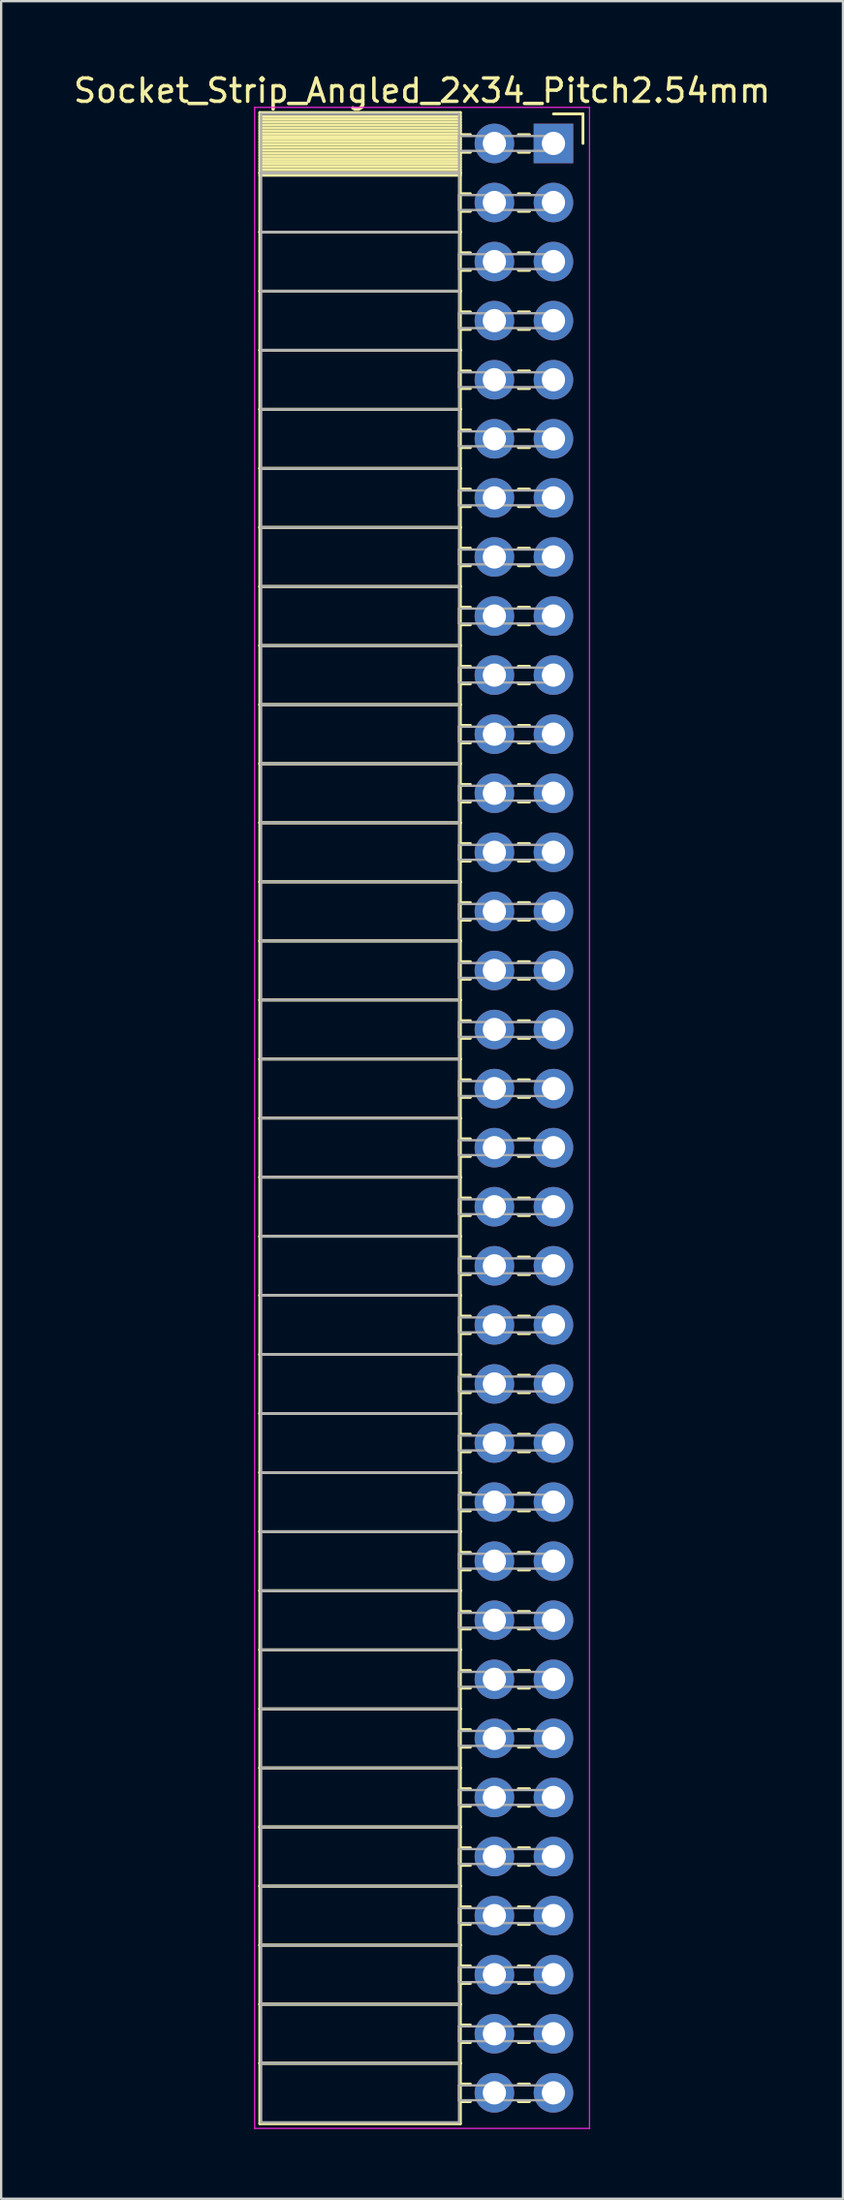
<source format=kicad_pcb>
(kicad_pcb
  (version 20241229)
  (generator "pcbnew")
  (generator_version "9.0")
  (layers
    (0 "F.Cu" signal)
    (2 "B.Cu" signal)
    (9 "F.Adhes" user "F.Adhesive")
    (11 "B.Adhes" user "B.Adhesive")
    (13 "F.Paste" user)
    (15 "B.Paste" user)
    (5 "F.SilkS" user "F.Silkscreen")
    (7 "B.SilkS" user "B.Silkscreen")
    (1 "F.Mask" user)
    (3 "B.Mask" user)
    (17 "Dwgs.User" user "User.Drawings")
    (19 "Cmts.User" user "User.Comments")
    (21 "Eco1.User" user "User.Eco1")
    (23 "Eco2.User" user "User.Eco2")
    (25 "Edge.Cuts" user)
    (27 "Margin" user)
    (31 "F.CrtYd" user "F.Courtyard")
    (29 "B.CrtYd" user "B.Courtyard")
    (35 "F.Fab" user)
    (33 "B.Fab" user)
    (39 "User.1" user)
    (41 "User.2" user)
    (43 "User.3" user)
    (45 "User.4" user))
  (footprint "Socket_Strip_Angled_2x34_Pitch2.54mm"
    (layer "F.Cu")
    (at 20.751 3.118)
    (property "Reference" "Socket_Strip_Angled_2x34_Pitch2.54mm" (at -5.65 -2.27 0) (layer "F.SilkS") (effects (font (size 1 1) (thickness 0.15))))
    (attr through_hole)
    (fp_line (start -12.63 -1.33) (end -4 -1.33) (stroke (width 0.12) (type solid)) (layer "F.SilkS"))
    (fp_line (start -12.63 1.27) (end -12.63 -1.33) (stroke (width 0.12) (type solid)) (layer "F.SilkS"))
    (fp_line (start -12.63 1.27) (end -4 1.27) (stroke (width 0.12) (type solid)) (layer "F.SilkS"))
    (fp_line (start -12.63 3.81) (end -12.63 1.27) (stroke (width 0.12) (type solid)) (layer "F.SilkS"))
    (fp_line (start -12.63 3.81) (end -4 3.81) (stroke (width 0.12) (type solid)) (layer "F.SilkS"))
    (fp_line (start -12.63 6.35) (end -12.63 3.81) (stroke (width 0.12) (type solid)) (layer "F.SilkS"))
    (fp_line (start -12.63 6.35) (end -4 6.35) (stroke (width 0.12) (type solid)) (layer "F.SilkS"))
    (fp_line (start -12.63 8.89) (end -12.63 6.35) (stroke (width 0.12) (type solid)) (layer "F.SilkS"))
    (fp_line (start -12.63 8.89) (end -4 8.89) (stroke (width 0.12) (type solid)) (layer "F.SilkS"))
    (fp_line (start -12.63 11.43) (end -12.63 8.89) (stroke (width 0.12) (type solid)) (layer "F.SilkS"))
    (fp_line (start -12.63 11.43) (end -4 11.43) (stroke (width 0.12) (type solid)) (layer "F.SilkS"))
    (fp_line (start -12.63 13.97) (end -12.63 11.43) (stroke (width 0.12) (type solid)) (layer "F.SilkS"))
    (fp_line (start -12.63 13.97) (end -4 13.97) (stroke (width 0.12) (type solid)) (layer "F.SilkS"))
    (fp_line (start -12.63 16.51) (end -12.63 13.97) (stroke (width 0.12) (type solid)) (layer "F.SilkS"))
    (fp_line (start -12.63 16.51) (end -4 16.51) (stroke (width 0.12) (type solid)) (layer "F.SilkS"))
    (fp_line (start -12.63 19.05) (end -12.63 16.51) (stroke (width 0.12) (type solid)) (layer "F.SilkS"))
    (fp_line (start -12.63 19.05) (end -4 19.05) (stroke (width 0.12) (type solid)) (layer "F.SilkS"))
    (fp_line (start -12.63 21.59) (end -12.63 19.05) (stroke (width 0.12) (type solid)) (layer "F.SilkS"))
    (fp_line (start -12.63 21.59) (end -4 21.59) (stroke (width 0.12) (type solid)) (layer "F.SilkS"))
    (fp_line (start -12.63 24.13) (end -12.63 21.59) (stroke (width 0.12) (type solid)) (layer "F.SilkS"))
    (fp_line (start -12.63 24.13) (end -4 24.13) (stroke (width 0.12) (type solid)) (layer "F.SilkS"))
    (fp_line (start -12.63 26.67) (end -12.63 24.13) (stroke (width 0.12) (type solid)) (layer "F.SilkS"))
    (fp_line (start -12.63 26.67) (end -4 26.67) (stroke (width 0.12) (type solid)) (layer "F.SilkS"))
    (fp_line (start -12.63 29.21) (end -12.63 26.67) (stroke (width 0.12) (type solid)) (layer "F.SilkS"))
    (fp_line (start -12.63 29.21) (end -4 29.21) (stroke (width 0.12) (type solid)) (layer "F.SilkS"))
    (fp_line (start -12.63 31.75) (end -12.63 29.21) (stroke (width 0.12) (type solid)) (layer "F.SilkS"))
    (fp_line (start -12.63 31.75) (end -4 31.75) (stroke (width 0.12) (type solid)) (layer "F.SilkS"))
    (fp_line (start -12.63 34.29) (end -12.63 31.75) (stroke (width 0.12) (type solid)) (layer "F.SilkS"))
    (fp_line (start -12.63 34.29) (end -4 34.29) (stroke (width 0.12) (type solid)) (layer "F.SilkS"))
    (fp_line (start -12.63 36.83) (end -12.63 34.29) (stroke (width 0.12) (type solid)) (layer "F.SilkS"))
    (fp_line (start -12.63 36.83) (end -4 36.83) (stroke (width 0.12) (type solid)) (layer "F.SilkS"))
    (fp_line (start -12.63 39.37) (end -12.63 36.83) (stroke (width 0.12) (type solid)) (layer "F.SilkS"))
    (fp_line (start -12.63 39.37) (end -4 39.37) (stroke (width 0.12) (type solid)) (layer "F.SilkS"))
    (fp_line (start -12.63 41.91) (end -12.63 39.37) (stroke (width 0.12) (type solid)) (layer "F.SilkS"))
    (fp_line (start -12.63 41.91) (end -4 41.91) (stroke (width 0.12) (type solid)) (layer "F.SilkS"))
    (fp_line (start -12.63 44.45) (end -12.63 41.91) (stroke (width 0.12) (type solid)) (layer "F.SilkS"))
    (fp_line (start -12.63 44.45) (end -4 44.45) (stroke (width 0.12) (type solid)) (layer "F.SilkS"))
    (fp_line (start -12.63 46.99) (end -12.63 44.45) (stroke (width 0.12) (type solid)) (layer "F.SilkS"))
    (fp_line (start -12.63 46.99) (end -4 46.99) (stroke (width 0.12) (type solid)) (layer "F.SilkS"))
    (fp_line (start -12.63 49.53) (end -12.63 46.99) (stroke (width 0.12) (type solid)) (layer "F.SilkS"))
    (fp_line (start -12.63 49.53) (end -4 49.53) (stroke (width 0.12) (type solid)) (layer "F.SilkS"))
    (fp_line (start -12.63 52.07) (end -12.63 49.53) (stroke (width 0.12) (type solid)) (layer "F.SilkS"))
    (fp_line (start -12.63 52.07) (end -4 52.07) (stroke (width 0.12) (type solid)) (layer "F.SilkS"))
    (fp_line (start -12.63 54.61) (end -12.63 52.07) (stroke (width 0.12) (type solid)) (layer "F.SilkS"))
    (fp_line (start -12.63 54.61) (end -4 54.61) (stroke (width 0.12) (type solid)) (layer "F.SilkS"))
    (fp_line (start -12.63 57.15) (end -12.63 54.61) (stroke (width 0.12) (type solid)) (layer "F.SilkS"))
    (fp_line (start -12.63 57.15) (end -4 57.15) (stroke (width 0.12) (type solid)) (layer "F.SilkS"))
    (fp_line (start -12.63 59.69) (end -12.63 57.15) (stroke (width 0.12) (type solid)) (layer "F.SilkS"))
    (fp_line (start -12.63 59.69) (end -4 59.69) (stroke (width 0.12) (type solid)) (layer "F.SilkS"))
    (fp_line (start -12.63 62.23) (end -12.63 59.69) (stroke (width 0.12) (type solid)) (layer "F.SilkS"))
    (fp_line (start -12.63 62.23) (end -4 62.23) (stroke (width 0.12) (type solid)) (layer "F.SilkS"))
    (fp_line (start -12.63 64.77) (end -12.63 62.23) (stroke (width 0.12) (type solid)) (layer "F.SilkS"))
    (fp_line (start -12.63 64.77) (end -4 64.77) (stroke (width 0.12) (type solid)) (layer "F.SilkS"))
    (fp_line (start -12.63 67.31) (end -12.63 64.77) (stroke (width 0.12) (type solid)) (layer "F.SilkS"))
    (fp_line (start -12.63 67.31) (end -4 67.31) (stroke (width 0.12) (type solid)) (layer "F.SilkS"))
    (fp_line (start -12.63 69.85) (end -12.63 67.31) (stroke (width 0.12) (type solid)) (layer "F.SilkS"))
    (fp_line (start -12.63 69.85) (end -4 69.85) (stroke (width 0.12) (type solid)) (layer "F.SilkS"))
    (fp_line (start -12.63 72.39) (end -12.63 69.85) (stroke (width 0.12) (type solid)) (layer "F.SilkS"))
    (fp_line (start -12.63 72.39) (end -4 72.39) (stroke (width 0.12) (type solid)) (layer "F.SilkS"))
    (fp_line (start -12.63 74.93) (end -12.63 72.39) (stroke (width 0.12) (type solid)) (layer "F.SilkS"))
    (fp_line (start -12.63 74.93) (end -4 74.93) (stroke (width 0.12) (type solid)) (layer "F.SilkS"))
    (fp_line (start -12.63 77.47) (end -12.63 74.93) (stroke (width 0.12) (type solid)) (layer "F.SilkS"))
    (fp_line (start -12.63 77.47) (end -4 77.47) (stroke (width 0.12) (type solid)) (layer "F.SilkS"))
    (fp_line (start -12.63 80.01) (end -12.63 77.47) (stroke (width 0.12) (type solid)) (layer "F.SilkS"))
    (fp_line (start -12.63 80.01) (end -4 80.01) (stroke (width 0.12) (type solid)) (layer "F.SilkS"))
    (fp_line (start -12.63 82.55) (end -12.63 80.01) (stroke (width 0.12) (type solid)) (layer "F.SilkS"))
    (fp_line (start -12.63 82.55) (end -4 82.55) (stroke (width 0.12) (type solid)) (layer "F.SilkS"))
    (fp_line (start -12.63 85.15) (end -12.63 82.55) (stroke (width 0.12) (type solid)) (layer "F.SilkS"))
    (fp_line (start -4 -1.33) (end -4 1.27) (stroke (width 0.12) (type solid)) (layer "F.SilkS"))
    (fp_line (start -4 -1.15) (end -12.63 -1.15) (stroke (width 0.12) (type solid)) (layer "F.SilkS"))
    (fp_line (start -4 -1.03) (end -12.63 -1.03) (stroke (width 0.12) (type solid)) (layer "F.SilkS"))
    (fp_line (start -4 -0.91) (end -12.63 -0.91) (stroke (width 0.12) (type solid)) (layer "F.SilkS"))
    (fp_line (start -4 -0.79) (end -12.63 -0.79) (stroke (width 0.12) (type solid)) (layer "F.SilkS"))
    (fp_line (start -4 -0.67) (end -12.63 -0.67) (stroke (width 0.12) (type solid)) (layer "F.SilkS"))
    (fp_line (start -4 -0.55) (end -12.63 -0.55) (stroke (width 0.12) (type solid)) (layer "F.SilkS"))
    (fp_line (start -4 -0.43) (end -12.63 -0.43) (stroke (width 0.12) (type solid)) (layer "F.SilkS"))
    (fp_line (start -4 -0.31) (end -12.63 -0.31) (stroke (width 0.12) (type solid)) (layer "F.SilkS"))
    (fp_line (start -4 -0.19) (end -12.63 -0.19) (stroke (width 0.12) (type solid)) (layer "F.SilkS"))
    (fp_line (start -4 -0.07) (end -12.63 -0.07) (stroke (width 0.12) (type solid)) (layer "F.SilkS"))
    (fp_line (start -4 0.05) (end -12.63 0.05) (stroke (width 0.12) (type solid)) (layer "F.SilkS"))
    (fp_line (start -4 0.17) (end -12.63 0.17) (stroke (width 0.12) (type solid)) (layer "F.SilkS"))
    (fp_line (start -4 0.29) (end -12.63 0.29) (stroke (width 0.12) (type solid)) (layer "F.SilkS"))
    (fp_line (start -4 0.41) (end -12.63 0.41) (stroke (width 0.12) (type solid)) (layer "F.SilkS"))
    (fp_line (start -4 0.53) (end -12.63 0.53) (stroke (width 0.12) (type solid)) (layer "F.SilkS"))
    (fp_line (start -4 0.65) (end -12.63 0.65) (stroke (width 0.12) (type solid)) (layer "F.SilkS"))
    (fp_line (start -4 0.77) (end -12.63 0.77) (stroke (width 0.12) (type solid)) (layer "F.SilkS"))
    (fp_line (start -4 0.89) (end -12.63 0.89) (stroke (width 0.12) (type solid)) (layer "F.SilkS"))
    (fp_line (start -4 1.01) (end -12.63 1.01) (stroke (width 0.12) (type solid)) (layer "F.SilkS"))
    (fp_line (start -4 1.13) (end -12.63 1.13) (stroke (width 0.12) (type solid)) (layer "F.SilkS"))
    (fp_line (start -4 1.25) (end -12.63 1.25) (stroke (width 0.12) (type solid)) (layer "F.SilkS"))
    (fp_line (start -4 1.27) (end -12.63 1.27) (stroke (width 0.12) (type solid)) (layer "F.SilkS"))
    (fp_line (start -4 1.27) (end -4 3.81) (stroke (width 0.12) (type solid)) (layer "F.SilkS"))
    (fp_line (start -4 1.37) (end -12.63 1.37) (stroke (width 0.12) (type solid)) (layer "F.SilkS"))
    (fp_line (start -4 3.81) (end -12.63 3.81) (stroke (width 0.12) (type solid)) (layer "F.SilkS"))
    (fp_line (start -4 3.81) (end -4 6.35) (stroke (width 0.12) (type solid)) (layer "F.SilkS"))
    (fp_line (start -4 6.35) (end -12.63 6.35) (stroke (width 0.12) (type solid)) (layer "F.SilkS"))
    (fp_line (start -4 6.35) (end -4 8.89) (stroke (width 0.12) (type solid)) (layer "F.SilkS"))
    (fp_line (start -4 8.89) (end -12.63 8.89) (stroke (width 0.12) (type solid)) (layer "F.SilkS"))
    (fp_line (start -4 8.89) (end -4 11.43) (stroke (width 0.12) (type solid)) (layer "F.SilkS"))
    (fp_line (start -4 11.43) (end -12.63 11.43) (stroke (width 0.12) (type solid)) (layer "F.SilkS"))
    (fp_line (start -4 11.43) (end -4 13.97) (stroke (width 0.12) (type solid)) (layer "F.SilkS"))
    (fp_line (start -4 13.97) (end -12.63 13.97) (stroke (width 0.12) (type solid)) (layer "F.SilkS"))
    (fp_line (start -4 13.97) (end -4 16.51) (stroke (width 0.12) (type solid)) (layer "F.SilkS"))
    (fp_line (start -4 16.51) (end -12.63 16.51) (stroke (width 0.12) (type solid)) (layer "F.SilkS"))
    (fp_line (start -4 16.51) (end -4 19.05) (stroke (width 0.12) (type solid)) (layer "F.SilkS"))
    (fp_line (start -4 19.05) (end -12.63 19.05) (stroke (width 0.12) (type solid)) (layer "F.SilkS"))
    (fp_line (start -4 19.05) (end -4 21.59) (stroke (width 0.12) (type solid)) (layer "F.SilkS"))
    (fp_line (start -4 21.59) (end -12.63 21.59) (stroke (width 0.12) (type solid)) (layer "F.SilkS"))
    (fp_line (start -4 21.59) (end -4 24.13) (stroke (width 0.12) (type solid)) (layer "F.SilkS"))
    (fp_line (start -4 24.13) (end -12.63 24.13) (stroke (width 0.12) (type solid)) (layer "F.SilkS"))
    (fp_line (start -4 24.13) (end -4 26.67) (stroke (width 0.12) (type solid)) (layer "F.SilkS"))
    (fp_line (start -4 26.67) (end -12.63 26.67) (stroke (width 0.12) (type solid)) (layer "F.SilkS"))
    (fp_line (start -4 26.67) (end -4 29.21) (stroke (width 0.12) (type solid)) (layer "F.SilkS"))
    (fp_line (start -4 29.21) (end -12.63 29.21) (stroke (width 0.12) (type solid)) (layer "F.SilkS"))
    (fp_line (start -4 29.21) (end -4 31.75) (stroke (width 0.12) (type solid)) (layer "F.SilkS"))
    (fp_line (start -4 31.75) (end -12.63 31.75) (stroke (width 0.12) (type solid)) (layer "F.SilkS"))
    (fp_line (start -4 31.75) (end -4 34.29) (stroke (width 0.12) (type solid)) (layer "F.SilkS"))
    (fp_line (start -4 34.29) (end -12.63 34.29) (stroke (width 0.12) (type solid)) (layer "F.SilkS"))
    (fp_line (start -4 34.29) (end -4 36.83) (stroke (width 0.12) (type solid)) (layer "F.SilkS"))
    (fp_line (start -4 36.83) (end -12.63 36.83) (stroke (width 0.12) (type solid)) (layer "F.SilkS"))
    (fp_line (start -4 36.83) (end -4 39.37) (stroke (width 0.12) (type solid)) (layer "F.SilkS"))
    (fp_line (start -4 39.37) (end -12.63 39.37) (stroke (width 0.12) (type solid)) (layer "F.SilkS"))
    (fp_line (start -4 39.37) (end -4 41.91) (stroke (width 0.12) (type solid)) (layer "F.SilkS"))
    (fp_line (start -4 41.91) (end -12.63 41.91) (stroke (width 0.12) (type solid)) (layer "F.SilkS"))
    (fp_line (start -4 41.91) (end -4 44.45) (stroke (width 0.12) (type solid)) (layer "F.SilkS"))
    (fp_line (start -4 44.45) (end -12.63 44.45) (stroke (width 0.12) (type solid)) (layer "F.SilkS"))
    (fp_line (start -4 44.45) (end -4 46.99) (stroke (width 0.12) (type solid)) (layer "F.SilkS"))
    (fp_line (start -4 46.99) (end -12.63 46.99) (stroke (width 0.12) (type solid)) (layer "F.SilkS"))
    (fp_line (start -4 46.99) (end -4 49.53) (stroke (width 0.12) (type solid)) (layer "F.SilkS"))
    (fp_line (start -4 49.53) (end -12.63 49.53) (stroke (width 0.12) (type solid)) (layer "F.SilkS"))
    (fp_line (start -4 49.53) (end -4 52.07) (stroke (width 0.12) (type solid)) (layer "F.SilkS"))
    (fp_line (start -4 52.07) (end -12.63 52.07) (stroke (width 0.12) (type solid)) (layer "F.SilkS"))
    (fp_line (start -4 52.07) (end -4 54.61) (stroke (width 0.12) (type solid)) (layer "F.SilkS"))
    (fp_line (start -4 54.61) (end -12.63 54.61) (stroke (width 0.12) (type solid)) (layer "F.SilkS"))
    (fp_line (start -4 54.61) (end -4 57.15) (stroke (width 0.12) (type solid)) (layer "F.SilkS"))
    (fp_line (start -4 57.15) (end -12.63 57.15) (stroke (width 0.12) (type solid)) (layer "F.SilkS"))
    (fp_line (start -4 57.15) (end -4 59.69) (stroke (width 0.12) (type solid)) (layer "F.SilkS"))
    (fp_line (start -4 59.69) (end -12.63 59.69) (stroke (width 0.12) (type solid)) (layer "F.SilkS"))
    (fp_line (start -4 59.69) (end -4 62.23) (stroke (width 0.12) (type solid)) (layer "F.SilkS"))
    (fp_line (start -4 62.23) (end -12.63 62.23) (stroke (width 0.12) (type solid)) (layer "F.SilkS"))
    (fp_line (start -4 62.23) (end -4 64.77) (stroke (width 0.12) (type solid)) (layer "F.SilkS"))
    (fp_line (start -4 64.77) (end -12.63 64.77) (stroke (width 0.12) (type solid)) (layer "F.SilkS"))
    (fp_line (start -4 64.77) (end -4 67.31) (stroke (width 0.12) (type solid)) (layer "F.SilkS"))
    (fp_line (start -4 67.31) (end -12.63 67.31) (stroke (width 0.12) (type solid)) (layer "F.SilkS"))
    (fp_line (start -4 67.31) (end -4 69.85) (stroke (width 0.12) (type solid)) (layer "F.SilkS"))
    (fp_line (start -4 69.85) (end -12.63 69.85) (stroke (width 0.12) (type solid)) (layer "F.SilkS"))
    (fp_line (start -4 69.85) (end -4 72.39) (stroke (width 0.12) (type solid)) (layer "F.SilkS"))
    (fp_line (start -4 72.39) (end -12.63 72.39) (stroke (width 0.12) (type solid)) (layer "F.SilkS"))
    (fp_line (start -4 72.39) (end -4 74.93) (stroke (width 0.12) (type solid)) (layer "F.SilkS"))
    (fp_line (start -4 74.93) (end -12.63 74.93) (stroke (width 0.12) (type solid)) (layer "F.SilkS"))
    (fp_line (start -4 74.93) (end -4 77.47) (stroke (width 0.12) (type solid)) (layer "F.SilkS"))
    (fp_line (start -4 77.47) (end -12.63 77.47) (stroke (width 0.12) (type solid)) (layer "F.SilkS"))
    (fp_line (start -4 77.47) (end -4 80.01) (stroke (width 0.12) (type solid)) (layer "F.SilkS"))
    (fp_line (start -4 80.01) (end -12.63 80.01) (stroke (width 0.12) (type solid)) (layer "F.SilkS"))
    (fp_line (start -4 80.01) (end -4 82.55) (stroke (width 0.12) (type solid)) (layer "F.SilkS"))
    (fp_line (start -4 82.55) (end -12.63 82.55) (stroke (width 0.12) (type solid)) (layer "F.SilkS"))
    (fp_line (start -4 82.55) (end -4 85.15) (stroke (width 0.12) (type solid)) (layer "F.SilkS"))
    (fp_line (start -4 85.15) (end -12.63 85.15) (stroke (width 0.12) (type solid)) (layer "F.SilkS"))
    (fp_line (start -3.57 -0.38) (end -4 -0.38) (stroke (width 0.12) (type solid)) (layer "F.SilkS"))
    (fp_line (start -3.57 0.38) (end -4 0.38) (stroke (width 0.12) (type solid)) (layer "F.SilkS"))
    (fp_line (start -3.57 2.16) (end -4 2.16) (stroke (width 0.12) (type solid)) (layer "F.SilkS"))
    (fp_line (start -3.57 2.92) (end -4 2.92) (stroke (width 0.12) (type solid)) (layer "F.SilkS"))
    (fp_line (start -3.57 4.7) (end -4 4.7) (stroke (width 0.12) (type solid)) (layer "F.SilkS"))
    (fp_line (start -3.57 5.46) (end -4 5.46) (stroke (width 0.12) (type solid)) (layer "F.SilkS"))
    (fp_line (start -3.57 7.24) (end -4 7.24) (stroke (width 0.12) (type solid)) (layer "F.SilkS"))
    (fp_line (start -3.57 8) (end -4 8) (stroke (width 0.12) (type solid)) (layer "F.SilkS"))
    (fp_line (start -3.57 9.78) (end -4 9.78) (stroke (width 0.12) (type solid)) (layer "F.SilkS"))
    (fp_line (start -3.57 10.54) (end -4 10.54) (stroke (width 0.12) (type solid)) (layer "F.SilkS"))
    (fp_line (start -3.57 12.32) (end -4 12.32) (stroke (width 0.12) (type solid)) (layer "F.SilkS"))
    (fp_line (start -3.57 13.08) (end -4 13.08) (stroke (width 0.12) (type solid)) (layer "F.SilkS"))
    (fp_line (start -3.57 14.86) (end -4 14.86) (stroke (width 0.12) (type solid)) (layer "F.SilkS"))
    (fp_line (start -3.57 15.62) (end -4 15.62) (stroke (width 0.12) (type solid)) (layer "F.SilkS"))
    (fp_line (start -3.57 17.4) (end -4 17.4) (stroke (width 0.12) (type solid)) (layer "F.SilkS"))
    (fp_line (start -3.57 18.16) (end -4 18.16) (stroke (width 0.12) (type solid)) (layer "F.SilkS"))
    (fp_line (start -3.57 19.94) (end -4 19.94) (stroke (width 0.12) (type solid)) (layer "F.SilkS"))
    (fp_line (start -3.57 20.7) (end -4 20.7) (stroke (width 0.12) (type solid)) (layer "F.SilkS"))
    (fp_line (start -3.57 22.48) (end -4 22.48) (stroke (width 0.12) (type solid)) (layer "F.SilkS"))
    (fp_line (start -3.57 23.24) (end -4 23.24) (stroke (width 0.12) (type solid)) (layer "F.SilkS"))
    (fp_line (start -3.57 25.02) (end -4 25.02) (stroke (width 0.12) (type solid)) (layer "F.SilkS"))
    (fp_line (start -3.57 25.78) (end -4 25.78) (stroke (width 0.12) (type solid)) (layer "F.SilkS"))
    (fp_line (start -3.57 27.56) (end -4 27.56) (stroke (width 0.12) (type solid)) (layer "F.SilkS"))
    (fp_line (start -3.57 28.32) (end -4 28.32) (stroke (width 0.12) (type solid)) (layer "F.SilkS"))
    (fp_line (start -3.57 30.1) (end -4 30.1) (stroke (width 0.12) (type solid)) (layer "F.SilkS"))
    (fp_line (start -3.57 30.86) (end -4 30.86) (stroke (width 0.12) (type solid)) (layer "F.SilkS"))
    (fp_line (start -3.57 32.64) (end -4 32.64) (stroke (width 0.12) (type solid)) (layer "F.SilkS"))
    (fp_line (start -3.57 33.4) (end -4 33.4) (stroke (width 0.12) (type solid)) (layer "F.SilkS"))
    (fp_line (start -3.57 35.18) (end -4 35.18) (stroke (width 0.12) (type solid)) (layer "F.SilkS"))
    (fp_line (start -3.57 35.94) (end -4 35.94) (stroke (width 0.12) (type solid)) (layer "F.SilkS"))
    (fp_line (start -3.57 37.72) (end -4 37.72) (stroke (width 0.12) (type solid)) (layer "F.SilkS"))
    (fp_line (start -3.57 38.48) (end -4 38.48) (stroke (width 0.12) (type solid)) (layer "F.SilkS"))
    (fp_line (start -3.57 40.26) (end -4 40.26) (stroke (width 0.12) (type solid)) (layer "F.SilkS"))
    (fp_line (start -3.57 41.02) (end -4 41.02) (stroke (width 0.12) (type solid)) (layer "F.SilkS"))
    (fp_line (start -3.57 42.8) (end -4 42.8) (stroke (width 0.12) (type solid)) (layer "F.SilkS"))
    (fp_line (start -3.57 43.56) (end -4 43.56) (stroke (width 0.12) (type solid)) (layer "F.SilkS"))
    (fp_line (start -3.57 45.34) (end -4 45.34) (stroke (width 0.12) (type solid)) (layer "F.SilkS"))
    (fp_line (start -3.57 46.1) (end -4 46.1) (stroke (width 0.12) (type solid)) (layer "F.SilkS"))
    (fp_line (start -3.57 47.88) (end -4 47.88) (stroke (width 0.12) (type solid)) (layer "F.SilkS"))
    (fp_line (start -3.57 48.64) (end -4 48.64) (stroke (width 0.12) (type solid)) (layer "F.SilkS"))
    (fp_line (start -3.57 50.42) (end -4 50.42) (stroke (width 0.12) (type solid)) (layer "F.SilkS"))
    (fp_line (start -3.57 51.18) (end -4 51.18) (stroke (width 0.12) (type solid)) (layer "F.SilkS"))
    (fp_line (start -3.57 52.96) (end -4 52.96) (stroke (width 0.12) (type solid)) (layer "F.SilkS"))
    (fp_line (start -3.57 53.72) (end -4 53.72) (stroke (width 0.12) (type solid)) (layer "F.SilkS"))
    (fp_line (start -3.57 55.5) (end -4 55.5) (stroke (width 0.12) (type solid)) (layer "F.SilkS"))
    (fp_line (start -3.57 56.26) (end -4 56.26) (stroke (width 0.12) (type solid)) (layer "F.SilkS"))
    (fp_line (start -3.57 58.04) (end -4 58.04) (stroke (width 0.12) (type solid)) (layer "F.SilkS"))
    (fp_line (start -3.57 58.8) (end -4 58.8) (stroke (width 0.12) (type solid)) (layer "F.SilkS"))
    (fp_line (start -3.57 60.58) (end -4 60.58) (stroke (width 0.12) (type solid)) (layer "F.SilkS"))
    (fp_line (start -3.57 61.34) (end -4 61.34) (stroke (width 0.12) (type solid)) (layer "F.SilkS"))
    (fp_line (start -3.57 63.12) (end -4 63.12) (stroke (width 0.12) (type solid)) (layer "F.SilkS"))
    (fp_line (start -3.57 63.88) (end -4 63.88) (stroke (width 0.12) (type solid)) (layer "F.SilkS"))
    (fp_line (start -3.57 65.66) (end -4 65.66) (stroke (width 0.12) (type solid)) (layer "F.SilkS"))
    (fp_line (start -3.57 66.42) (end -4 66.42) (stroke (width 0.12) (type solid)) (layer "F.SilkS"))
    (fp_line (start -3.57 68.2) (end -4 68.2) (stroke (width 0.12) (type solid)) (layer "F.SilkS"))
    (fp_line (start -3.57 68.96) (end -4 68.96) (stroke (width 0.12) (type solid)) (layer "F.SilkS"))
    (fp_line (start -3.57 70.74) (end -4 70.74) (stroke (width 0.12) (type solid)) (layer "F.SilkS"))
    (fp_line (start -3.57 71.5) (end -4 71.5) (stroke (width 0.12) (type solid)) (layer "F.SilkS"))
    (fp_line (start -3.57 73.28) (end -4 73.28) (stroke (width 0.12) (type solid)) (layer "F.SilkS"))
    (fp_line (start -3.57 74.04) (end -4 74.04) (stroke (width 0.12) (type solid)) (layer "F.SilkS"))
    (fp_line (start -3.57 75.82) (end -4 75.82) (stroke (width 0.12) (type solid)) (layer "F.SilkS"))
    (fp_line (start -3.57 76.58) (end -4 76.58) (stroke (width 0.12) (type solid)) (layer "F.SilkS"))
    (fp_line (start -3.57 78.36) (end -4 78.36) (stroke (width 0.12) (type solid)) (layer "F.SilkS"))
    (fp_line (start -3.57 79.12) (end -4 79.12) (stroke (width 0.12) (type solid)) (layer "F.SilkS"))
    (fp_line (start -3.57 80.9) (end -4 80.9) (stroke (width 0.12) (type solid)) (layer "F.SilkS"))
    (fp_line (start -3.57 81.66) (end -4 81.66) (stroke (width 0.12) (type solid)) (layer "F.SilkS"))
    (fp_line (start -3.57 83.44) (end -4 83.44) (stroke (width 0.12) (type solid)) (layer "F.SilkS"))
    (fp_line (start -3.57 84.2) (end -4 84.2) (stroke (width 0.12) (type solid)) (layer "F.SilkS"))
    (fp_line (start -1.03 -0.38) (end -1.51 -0.38) (stroke (width 0.12) (type solid)) (layer "F.SilkS"))
    (fp_line (start -1.03 0.38) (end -1.51 0.38) (stroke (width 0.12) (type solid)) (layer "F.SilkS"))
    (fp_line (start -1.03 2.16) (end -1.51 2.16) (stroke (width 0.12) (type solid)) (layer "F.SilkS"))
    (fp_line (start -1.03 2.92) (end -1.51 2.92) (stroke (width 0.12) (type solid)) (layer "F.SilkS"))
    (fp_line (start -1.03 4.7) (end -1.51 4.7) (stroke (width 0.12) (type solid)) (layer "F.SilkS"))
    (fp_line (start -1.03 5.46) (end -1.51 5.46) (stroke (width 0.12) (type solid)) (layer "F.SilkS"))
    (fp_line (start -1.03 7.24) (end -1.51 7.24) (stroke (width 0.12) (type solid)) (layer "F.SilkS"))
    (fp_line (start -1.03 8) (end -1.51 8) (stroke (width 0.12) (type solid)) (layer "F.SilkS"))
    (fp_line (start -1.03 9.78) (end -1.51 9.78) (stroke (width 0.12) (type solid)) (layer "F.SilkS"))
    (fp_line (start -1.03 10.54) (end -1.51 10.54) (stroke (width 0.12) (type solid)) (layer "F.SilkS"))
    (fp_line (start -1.03 12.32) (end -1.51 12.32) (stroke (width 0.12) (type solid)) (layer "F.SilkS"))
    (fp_line (start -1.03 13.08) (end -1.51 13.08) (stroke (width 0.12) (type solid)) (layer "F.SilkS"))
    (fp_line (start -1.03 14.86) (end -1.51 14.86) (stroke (width 0.12) (type solid)) (layer "F.SilkS"))
    (fp_line (start -1.03 15.62) (end -1.51 15.62) (stroke (width 0.12) (type solid)) (layer "F.SilkS"))
    (fp_line (start -1.03 17.4) (end -1.51 17.4) (stroke (width 0.12) (type solid)) (layer "F.SilkS"))
    (fp_line (start -1.03 18.16) (end -1.51 18.16) (stroke (width 0.12) (type solid)) (layer "F.SilkS"))
    (fp_line (start -1.03 19.94) (end -1.51 19.94) (stroke (width 0.12) (type solid)) (layer "F.SilkS"))
    (fp_line (start -1.03 20.7) (end -1.51 20.7) (stroke (width 0.12) (type solid)) (layer "F.SilkS"))
    (fp_line (start -1.03 22.48) (end -1.51 22.48) (stroke (width 0.12) (type solid)) (layer "F.SilkS"))
    (fp_line (start -1.03 23.24) (end -1.51 23.24) (stroke (width 0.12) (type solid)) (layer "F.SilkS"))
    (fp_line (start -1.03 25.02) (end -1.51 25.02) (stroke (width 0.12) (type solid)) (layer "F.SilkS"))
    (fp_line (start -1.03 25.78) (end -1.51 25.78) (stroke (width 0.12) (type solid)) (layer "F.SilkS"))
    (fp_line (start -1.03 27.56) (end -1.51 27.56) (stroke (width 0.12) (type solid)) (layer "F.SilkS"))
    (fp_line (start -1.03 28.32) (end -1.51 28.32) (stroke (width 0.12) (type solid)) (layer "F.SilkS"))
    (fp_line (start -1.03 30.1) (end -1.51 30.1) (stroke (width 0.12) (type solid)) (layer "F.SilkS"))
    (fp_line (start -1.03 30.86) (end -1.51 30.86) (stroke (width 0.12) (type solid)) (layer "F.SilkS"))
    (fp_line (start -1.03 32.64) (end -1.51 32.64) (stroke (width 0.12) (type solid)) (layer "F.SilkS"))
    (fp_line (start -1.03 33.4) (end -1.51 33.4) (stroke (width 0.12) (type solid)) (layer "F.SilkS"))
    (fp_line (start -1.03 35.18) (end -1.51 35.18) (stroke (width 0.12) (type solid)) (layer "F.SilkS"))
    (fp_line (start -1.03 35.94) (end -1.51 35.94) (stroke (width 0.12) (type solid)) (layer "F.SilkS"))
    (fp_line (start -1.03 37.72) (end -1.51 37.72) (stroke (width 0.12) (type solid)) (layer "F.SilkS"))
    (fp_line (start -1.03 38.48) (end -1.51 38.48) (stroke (width 0.12) (type solid)) (layer "F.SilkS"))
    (fp_line (start -1.03 40.26) (end -1.51 40.26) (stroke (width 0.12) (type solid)) (layer "F.SilkS"))
    (fp_line (start -1.03 41.02) (end -1.51 41.02) (stroke (width 0.12) (type solid)) (layer "F.SilkS"))
    (fp_line (start -1.03 42.8) (end -1.51 42.8) (stroke (width 0.12) (type solid)) (layer "F.SilkS"))
    (fp_line (start -1.03 43.56) (end -1.51 43.56) (stroke (width 0.12) (type solid)) (layer "F.SilkS"))
    (fp_line (start -1.03 45.34) (end -1.51 45.34) (stroke (width 0.12) (type solid)) (layer "F.SilkS"))
    (fp_line (start -1.03 46.1) (end -1.51 46.1) (stroke (width 0.12) (type solid)) (layer "F.SilkS"))
    (fp_line (start -1.03 47.88) (end -1.51 47.88) (stroke (width 0.12) (type solid)) (layer "F.SilkS"))
    (fp_line (start -1.03 48.64) (end -1.51 48.64) (stroke (width 0.12) (type solid)) (layer "F.SilkS"))
    (fp_line (start -1.03 50.42) (end -1.51 50.42) (stroke (width 0.12) (type solid)) (layer "F.SilkS"))
    (fp_line (start -1.03 51.18) (end -1.51 51.18) (stroke (width 0.12) (type solid)) (layer "F.SilkS"))
    (fp_line (start -1.03 52.96) (end -1.51 52.96) (stroke (width 0.12) (type solid)) (layer "F.SilkS"))
    (fp_line (start -1.03 53.72) (end -1.51 53.72) (stroke (width 0.12) (type solid)) (layer "F.SilkS"))
    (fp_line (start -1.03 55.5) (end -1.51 55.5) (stroke (width 0.12) (type solid)) (layer "F.SilkS"))
    (fp_line (start -1.03 56.26) (end -1.51 56.26) (stroke (width 0.12) (type solid)) (layer "F.SilkS"))
    (fp_line (start -1.03 58.04) (end -1.51 58.04) (stroke (width 0.12) (type solid)) (layer "F.SilkS"))
    (fp_line (start -1.03 58.8) (end -1.51 58.8) (stroke (width 0.12) (type solid)) (layer "F.SilkS"))
    (fp_line (start -1.03 60.58) (end -1.51 60.58) (stroke (width 0.12) (type solid)) (layer "F.SilkS"))
    (fp_line (start -1.03 61.34) (end -1.51 61.34) (stroke (width 0.12) (type solid)) (layer "F.SilkS"))
    (fp_line (start -1.03 63.12) (end -1.51 63.12) (stroke (width 0.12) (type solid)) (layer "F.SilkS"))
    (fp_line (start -1.03 63.88) (end -1.51 63.88) (stroke (width 0.12) (type solid)) (layer "F.SilkS"))
    (fp_line (start -1.03 65.66) (end -1.51 65.66) (stroke (width 0.12) (type solid)) (layer "F.SilkS"))
    (fp_line (start -1.03 66.42) (end -1.51 66.42) (stroke (width 0.12) (type solid)) (layer "F.SilkS"))
    (fp_line (start -1.03 68.2) (end -1.51 68.2) (stroke (width 0.12) (type solid)) (layer "F.SilkS"))
    (fp_line (start -1.03 68.96) (end -1.51 68.96) (stroke (width 0.12) (type solid)) (layer "F.SilkS"))
    (fp_line (start -1.03 70.74) (end -1.51 70.74) (stroke (width 0.12) (type solid)) (layer "F.SilkS"))
    (fp_line (start -1.03 71.5) (end -1.51 71.5) (stroke (width 0.12) (type solid)) (layer "F.SilkS"))
    (fp_line (start -1.03 73.28) (end -1.51 73.28) (stroke (width 0.12) (type solid)) (layer "F.SilkS"))
    (fp_line (start -1.03 74.04) (end -1.51 74.04) (stroke (width 0.12) (type solid)) (layer "F.SilkS"))
    (fp_line (start -1.03 75.82) (end -1.51 75.82) (stroke (width 0.12) (type solid)) (layer "F.SilkS"))
    (fp_line (start -1.03 76.58) (end -1.51 76.58) (stroke (width 0.12) (type solid)) (layer "F.SilkS"))
    (fp_line (start -1.03 78.36) (end -1.51 78.36) (stroke (width 0.12) (type solid)) (layer "F.SilkS"))
    (fp_line (start -1.03 79.12) (end -1.51 79.12) (stroke (width 0.12) (type solid)) (layer "F.SilkS"))
    (fp_line (start -1.03 80.9) (end -1.51 80.9) (stroke (width 0.12) (type solid)) (layer "F.SilkS"))
    (fp_line (start -1.03 81.66) (end -1.51 81.66) (stroke (width 0.12) (type solid)) (layer "F.SilkS"))
    (fp_line (start -1.03 83.44) (end -1.51 83.44) (stroke (width 0.12) (type solid)) (layer "F.SilkS"))
    (fp_line (start -1.03 84.2) (end -1.51 84.2) (stroke (width 0.12) (type solid)) (layer "F.SilkS"))
    (fp_line (start 0 -1.27) (end 1.27 -1.27) (stroke (width 0.12) (type solid)) (layer "F.SilkS"))
    (fp_line (start 1.27 -1.27) (end 1.27 0) (stroke (width 0.12) (type solid)) (layer "F.SilkS"))
    (fp_line (start -12.85 -1.55) (end 1.55 -1.55) (stroke (width 0.05) (type solid)) (layer "F.CrtYd"))
    (fp_line (start -12.85 85.35) (end -12.85 -1.55) (stroke (width 0.05) (type solid)) (layer "F.CrtYd"))
    (fp_line (start 1.55 -1.55) (end 1.55 85.35) (stroke (width 0.05) (type solid)) (layer "F.CrtYd"))
    (fp_line (start 1.55 85.35) (end -12.85 85.35) (stroke (width 0.05) (type solid)) (layer "F.CrtYd"))
    (fp_line (start -12.57 -1.27) (end -4.06 -1.27) (stroke (width 0.1) (type solid)) (layer "F.Fab"))
    (fp_line (start -12.57 1.27) (end -12.57 -1.27) (stroke (width 0.1) (type solid)) (layer "F.Fab"))
    (fp_line (start -12.57 1.27) (end -4.06 1.27) (stroke (width 0.1) (type solid)) (layer "F.Fab"))
    (fp_line (start -12.57 3.81) (end -12.57 1.27) (stroke (width 0.1) (type solid)) (layer "F.Fab"))
    (fp_line (start -12.57 3.81) (end -4.06 3.81) (stroke (width 0.1) (type solid)) (layer "F.Fab"))
    (fp_line (start -12.57 6.35) (end -12.57 3.81) (stroke (width 0.1) (type solid)) (layer "F.Fab"))
    (fp_line (start -12.57 6.35) (end -4.06 6.35) (stroke (width 0.1) (type solid)) (layer "F.Fab"))
    (fp_line (start -12.57 8.89) (end -12.57 6.35) (stroke (width 0.1) (type solid)) (layer "F.Fab"))
    (fp_line (start -12.57 8.89) (end -4.06 8.89) (stroke (width 0.1) (type solid)) (layer "F.Fab"))
    (fp_line (start -12.57 11.43) (end -12.57 8.89) (stroke (width 0.1) (type solid)) (layer "F.Fab"))
    (fp_line (start -12.57 11.43) (end -4.06 11.43) (stroke (width 0.1) (type solid)) (layer "F.Fab"))
    (fp_line (start -12.57 13.97) (end -12.57 11.43) (stroke (width 0.1) (type solid)) (layer "F.Fab"))
    (fp_line (start -12.57 13.97) (end -4.06 13.97) (stroke (width 0.1) (type solid)) (layer "F.Fab"))
    (fp_line (start -12.57 16.51) (end -12.57 13.97) (stroke (width 0.1) (type solid)) (layer "F.Fab"))
    (fp_line (start -12.57 16.51) (end -4.06 16.51) (stroke (width 0.1) (type solid)) (layer "F.Fab"))
    (fp_line (start -12.57 19.05) (end -12.57 16.51) (stroke (width 0.1) (type solid)) (layer "F.Fab"))
    (fp_line (start -12.57 19.05) (end -4.06 19.05) (stroke (width 0.1) (type solid)) (layer "F.Fab"))
    (fp_line (start -12.57 21.59) (end -12.57 19.05) (stroke (width 0.1) (type solid)) (layer "F.Fab"))
    (fp_line (start -12.57 21.59) (end -4.06 21.59) (stroke (width 0.1) (type solid)) (layer "F.Fab"))
    (fp_line (start -12.57 24.13) (end -12.57 21.59) (stroke (width 0.1) (type solid)) (layer "F.Fab"))
    (fp_line (start -12.57 24.13) (end -4.06 24.13) (stroke (width 0.1) (type solid)) (layer "F.Fab"))
    (fp_line (start -12.57 26.67) (end -12.57 24.13) (stroke (width 0.1) (type solid)) (layer "F.Fab"))
    (fp_line (start -12.57 26.67) (end -4.06 26.67) (stroke (width 0.1) (type solid)) (layer "F.Fab"))
    (fp_line (start -12.57 29.21) (end -12.57 26.67) (stroke (width 0.1) (type solid)) (layer "F.Fab"))
    (fp_line (start -12.57 29.21) (end -4.06 29.21) (stroke (width 0.1) (type solid)) (layer "F.Fab"))
    (fp_line (start -12.57 31.75) (end -12.57 29.21) (stroke (width 0.1) (type solid)) (layer "F.Fab"))
    (fp_line (start -12.57 31.75) (end -4.06 31.75) (stroke (width 0.1) (type solid)) (layer "F.Fab"))
    (fp_line (start -12.57 34.29) (end -12.57 31.75) (stroke (width 0.1) (type solid)) (layer "F.Fab"))
    (fp_line (start -12.57 34.29) (end -4.06 34.29) (stroke (width 0.1) (type solid)) (layer "F.Fab"))
    (fp_line (start -12.57 36.83) (end -12.57 34.29) (stroke (width 0.1) (type solid)) (layer "F.Fab"))
    (fp_line (start -12.57 36.83) (end -4.06 36.83) (stroke (width 0.1) (type solid)) (layer "F.Fab"))
    (fp_line (start -12.57 39.37) (end -12.57 36.83) (stroke (width 0.1) (type solid)) (layer "F.Fab"))
    (fp_line (start -12.57 39.37) (end -4.06 39.37) (stroke (width 0.1) (type solid)) (layer "F.Fab"))
    (fp_line (start -12.57 41.91) (end -12.57 39.37) (stroke (width 0.1) (type solid)) (layer "F.Fab"))
    (fp_line (start -12.57 41.91) (end -4.06 41.91) (stroke (width 0.1) (type solid)) (layer "F.Fab"))
    (fp_line (start -12.57 44.45) (end -12.57 41.91) (stroke (width 0.1) (type solid)) (layer "F.Fab"))
    (fp_line (start -12.57 44.45) (end -4.06 44.45) (stroke (width 0.1) (type solid)) (layer "F.Fab"))
    (fp_line (start -12.57 46.99) (end -12.57 44.45) (stroke (width 0.1) (type solid)) (layer "F.Fab"))
    (fp_line (start -12.57 46.99) (end -4.06 46.99) (stroke (width 0.1) (type solid)) (layer "F.Fab"))
    (fp_line (start -12.57 49.53) (end -12.57 46.99) (stroke (width 0.1) (type solid)) (layer "F.Fab"))
    (fp_line (start -12.57 49.53) (end -4.06 49.53) (stroke (width 0.1) (type solid)) (layer "F.Fab"))
    (fp_line (start -12.57 52.07) (end -12.57 49.53) (stroke (width 0.1) (type solid)) (layer "F.Fab"))
    (fp_line (start -12.57 52.07) (end -4.06 52.07) (stroke (width 0.1) (type solid)) (layer "F.Fab"))
    (fp_line (start -12.57 54.61) (end -12.57 52.07) (stroke (width 0.1) (type solid)) (layer "F.Fab"))
    (fp_line (start -12.57 54.61) (end -4.06 54.61) (stroke (width 0.1) (type solid)) (layer "F.Fab"))
    (fp_line (start -12.57 57.15) (end -12.57 54.61) (stroke (width 0.1) (type solid)) (layer "F.Fab"))
    (fp_line (start -12.57 57.15) (end -4.06 57.15) (stroke (width 0.1) (type solid)) (layer "F.Fab"))
    (fp_line (start -12.57 59.69) (end -12.57 57.15) (stroke (width 0.1) (type solid)) (layer "F.Fab"))
    (fp_line (start -12.57 59.69) (end -4.06 59.69) (stroke (width 0.1) (type solid)) (layer "F.Fab"))
    (fp_line (start -12.57 62.23) (end -12.57 59.69) (stroke (width 0.1) (type solid)) (layer "F.Fab"))
    (fp_line (start -12.57 62.23) (end -4.06 62.23) (stroke (width 0.1) (type solid)) (layer "F.Fab"))
    (fp_line (start -12.57 64.77) (end -12.57 62.23) (stroke (width 0.1) (type solid)) (layer "F.Fab"))
    (fp_line (start -12.57 64.77) (end -4.06 64.77) (stroke (width 0.1) (type solid)) (layer "F.Fab"))
    (fp_line (start -12.57 67.31) (end -12.57 64.77) (stroke (width 0.1) (type solid)) (layer "F.Fab"))
    (fp_line (start -12.57 67.31) (end -4.06 67.31) (stroke (width 0.1) (type solid)) (layer "F.Fab"))
    (fp_line (start -12.57 69.85) (end -12.57 67.31) (stroke (width 0.1) (type solid)) (layer "F.Fab"))
    (fp_line (start -12.57 69.85) (end -4.06 69.85) (stroke (width 0.1) (type solid)) (layer "F.Fab"))
    (fp_line (start -12.57 72.39) (end -12.57 69.85) (stroke (width 0.1) (type solid)) (layer "F.Fab"))
    (fp_line (start -12.57 72.39) (end -4.06 72.39) (stroke (width 0.1) (type solid)) (layer "F.Fab"))
    (fp_line (start -12.57 74.93) (end -12.57 72.39) (stroke (width 0.1) (type solid)) (layer "F.Fab"))
    (fp_line (start -12.57 74.93) (end -4.06 74.93) (stroke (width 0.1) (type solid)) (layer "F.Fab"))
    (fp_line (start -12.57 77.47) (end -12.57 74.93) (stroke (width 0.1) (type solid)) (layer "F.Fab"))
    (fp_line (start -12.57 77.47) (end -4.06 77.47) (stroke (width 0.1) (type solid)) (layer "F.Fab"))
    (fp_line (start -12.57 80.01) (end -12.57 77.47) (stroke (width 0.1) (type solid)) (layer "F.Fab"))
    (fp_line (start -12.57 80.01) (end -4.06 80.01) (stroke (width 0.1) (type solid)) (layer "F.Fab"))
    (fp_line (start -12.57 82.55) (end -12.57 80.01) (stroke (width 0.1) (type solid)) (layer "F.Fab"))
    (fp_line (start -12.57 82.55) (end -4.06 82.55) (stroke (width 0.1) (type solid)) (layer "F.Fab"))
    (fp_line (start -12.57 85.09) (end -12.57 82.55) (stroke (width 0.1) (type solid)) (layer "F.Fab"))
    (fp_line (start -4.06 -1.27) (end -4.06 1.27) (stroke (width 0.1) (type solid)) (layer "F.Fab"))
    (fp_line (start -4.06 -0.32) (end 0 -0.32) (stroke (width 0.1) (type solid)) (layer "F.Fab"))
    (fp_line (start -4.06 0.32) (end -4.06 -0.32) (stroke (width 0.1) (type solid)) (layer "F.Fab"))
    (fp_line (start -4.06 1.27) (end -12.57 1.27) (stroke (width 0.1) (type solid)) (layer "F.Fab"))
    (fp_line (start -4.06 1.27) (end -4.06 3.81) (stroke (width 0.1) (type solid)) (layer "F.Fab"))
    (fp_line (start -4.06 2.22) (end 0 2.22) (stroke (width 0.1) (type solid)) (layer "F.Fab"))
    (fp_line (start -4.06 2.86) (end -4.06 2.22) (stroke (width 0.1) (type solid)) (layer "F.Fab"))
    (fp_line (start -4.06 3.81) (end -12.57 3.81) (stroke (width 0.1) (type solid)) (layer "F.Fab"))
    (fp_line (start -4.06 3.81) (end -4.06 6.35) (stroke (width 0.1) (type solid)) (layer "F.Fab"))
    (fp_line (start -4.06 4.76) (end 0 4.76) (stroke (width 0.1) (type solid)) (layer "F.Fab"))
    (fp_line (start -4.06 5.4) (end -4.06 4.76) (stroke (width 0.1) (type solid)) (layer "F.Fab"))
    (fp_line (start -4.06 6.35) (end -12.57 6.35) (stroke (width 0.1) (type solid)) (layer "F.Fab"))
    (fp_line (start -4.06 6.35) (end -4.06 8.89) (stroke (width 0.1) (type solid)) (layer "F.Fab"))
    (fp_line (start -4.06 7.3) (end 0 7.3) (stroke (width 0.1) (type solid)) (layer "F.Fab"))
    (fp_line (start -4.06 7.94) (end -4.06 7.3) (stroke (width 0.1) (type solid)) (layer "F.Fab"))
    (fp_line (start -4.06 8.89) (end -12.57 8.89) (stroke (width 0.1) (type solid)) (layer "F.Fab"))
    (fp_line (start -4.06 8.89) (end -4.06 11.43) (stroke (width 0.1) (type solid)) (layer "F.Fab"))
    (fp_line (start -4.06 9.84) (end 0 9.84) (stroke (width 0.1) (type solid)) (layer "F.Fab"))
    (fp_line (start -4.06 10.48) (end -4.06 9.84) (stroke (width 0.1) (type solid)) (layer "F.Fab"))
    (fp_line (start -4.06 11.43) (end -12.57 11.43) (stroke (width 0.1) (type solid)) (layer "F.Fab"))
    (fp_line (start -4.06 11.43) (end -4.06 13.97) (stroke (width 0.1) (type solid)) (layer "F.Fab"))
    (fp_line (start -4.06 12.38) (end 0 12.38) (stroke (width 0.1) (type solid)) (layer "F.Fab"))
    (fp_line (start -4.06 13.02) (end -4.06 12.38) (stroke (width 0.1) (type solid)) (layer "F.Fab"))
    (fp_line (start -4.06 13.97) (end -12.57 13.97) (stroke (width 0.1) (type solid)) (layer "F.Fab"))
    (fp_line (start -4.06 13.97) (end -4.06 16.51) (stroke (width 0.1) (type solid)) (layer "F.Fab"))
    (fp_line (start -4.06 14.92) (end 0 14.92) (stroke (width 0.1) (type solid)) (layer "F.Fab"))
    (fp_line (start -4.06 15.56) (end -4.06 14.92) (stroke (width 0.1) (type solid)) (layer "F.Fab"))
    (fp_line (start -4.06 16.51) (end -12.57 16.51) (stroke (width 0.1) (type solid)) (layer "F.Fab"))
    (fp_line (start -4.06 16.51) (end -4.06 19.05) (stroke (width 0.1) (type solid)) (layer "F.Fab"))
    (fp_line (start -4.06 17.46) (end 0 17.46) (stroke (width 0.1) (type solid)) (layer "F.Fab"))
    (fp_line (start -4.06 18.1) (end -4.06 17.46) (stroke (width 0.1) (type solid)) (layer "F.Fab"))
    (fp_line (start -4.06 19.05) (end -12.57 19.05) (stroke (width 0.1) (type solid)) (layer "F.Fab"))
    (fp_line (start -4.06 19.05) (end -4.06 21.59) (stroke (width 0.1) (type solid)) (layer "F.Fab"))
    (fp_line (start -4.06 20) (end 0 20) (stroke (width 0.1) (type solid)) (layer "F.Fab"))
    (fp_line (start -4.06 20.64) (end -4.06 20) (stroke (width 0.1) (type solid)) (layer "F.Fab"))
    (fp_line (start -4.06 21.59) (end -12.57 21.59) (stroke (width 0.1) (type solid)) (layer "F.Fab"))
    (fp_line (start -4.06 21.59) (end -4.06 24.13) (stroke (width 0.1) (type solid)) (layer "F.Fab"))
    (fp_line (start -4.06 22.54) (end 0 22.54) (stroke (width 0.1) (type solid)) (layer "F.Fab"))
    (fp_line (start -4.06 23.18) (end -4.06 22.54) (stroke (width 0.1) (type solid)) (layer "F.Fab"))
    (fp_line (start -4.06 24.13) (end -12.57 24.13) (stroke (width 0.1) (type solid)) (layer "F.Fab"))
    (fp_line (start -4.06 24.13) (end -4.06 26.67) (stroke (width 0.1) (type solid)) (layer "F.Fab"))
    (fp_line (start -4.06 25.08) (end 0 25.08) (stroke (width 0.1) (type solid)) (layer "F.Fab"))
    (fp_line (start -4.06 25.72) (end -4.06 25.08) (stroke (width 0.1) (type solid)) (layer "F.Fab"))
    (fp_line (start -4.06 26.67) (end -12.57 26.67) (stroke (width 0.1) (type solid)) (layer "F.Fab"))
    (fp_line (start -4.06 26.67) (end -4.06 29.21) (stroke (width 0.1) (type solid)) (layer "F.Fab"))
    (fp_line (start -4.06 27.62) (end 0 27.62) (stroke (width 0.1) (type solid)) (layer "F.Fab"))
    (fp_line (start -4.06 28.26) (end -4.06 27.62) (stroke (width 0.1) (type solid)) (layer "F.Fab"))
    (fp_line (start -4.06 29.21) (end -12.57 29.21) (stroke (width 0.1) (type solid)) (layer "F.Fab"))
    (fp_line (start -4.06 29.21) (end -4.06 31.75) (stroke (width 0.1) (type solid)) (layer "F.Fab"))
    (fp_line (start -4.06 30.16) (end 0 30.16) (stroke (width 0.1) (type solid)) (layer "F.Fab"))
    (fp_line (start -4.06 30.8) (end -4.06 30.16) (stroke (width 0.1) (type solid)) (layer "F.Fab"))
    (fp_line (start -4.06 31.75) (end -12.57 31.75) (stroke (width 0.1) (type solid)) (layer "F.Fab"))
    (fp_line (start -4.06 31.75) (end -4.06 34.29) (stroke (width 0.1) (type solid)) (layer "F.Fab"))
    (fp_line (start -4.06 32.7) (end 0 32.7) (stroke (width 0.1) (type solid)) (layer "F.Fab"))
    (fp_line (start -4.06 33.34) (end -4.06 32.7) (stroke (width 0.1) (type solid)) (layer "F.Fab"))
    (fp_line (start -4.06 34.29) (end -12.57 34.29) (stroke (width 0.1) (type solid)) (layer "F.Fab"))
    (fp_line (start -4.06 34.29) (end -4.06 36.83) (stroke (width 0.1) (type solid)) (layer "F.Fab"))
    (fp_line (start -4.06 35.24) (end 0 35.24) (stroke (width 0.1) (type solid)) (layer "F.Fab"))
    (fp_line (start -4.06 35.88) (end -4.06 35.24) (stroke (width 0.1) (type solid)) (layer "F.Fab"))
    (fp_line (start -4.06 36.83) (end -12.57 36.83) (stroke (width 0.1) (type solid)) (layer "F.Fab"))
    (fp_line (start -4.06 36.83) (end -4.06 39.37) (stroke (width 0.1) (type solid)) (layer "F.Fab"))
    (fp_line (start -4.06 37.78) (end 0 37.78) (stroke (width 0.1) (type solid)) (layer "F.Fab"))
    (fp_line (start -4.06 38.42) (end -4.06 37.78) (stroke (width 0.1) (type solid)) (layer "F.Fab"))
    (fp_line (start -4.06 39.37) (end -12.57 39.37) (stroke (width 0.1) (type solid)) (layer "F.Fab"))
    (fp_line (start -4.06 39.37) (end -4.06 41.91) (stroke (width 0.1) (type solid)) (layer "F.Fab"))
    (fp_line (start -4.06 40.32) (end 0 40.32) (stroke (width 0.1) (type solid)) (layer "F.Fab"))
    (fp_line (start -4.06 40.96) (end -4.06 40.32) (stroke (width 0.1) (type solid)) (layer "F.Fab"))
    (fp_line (start -4.06 41.91) (end -12.57 41.91) (stroke (width 0.1) (type solid)) (layer "F.Fab"))
    (fp_line (start -4.06 41.91) (end -4.06 44.45) (stroke (width 0.1) (type solid)) (layer "F.Fab"))
    (fp_line (start -4.06 42.86) (end 0 42.86) (stroke (width 0.1) (type solid)) (layer "F.Fab"))
    (fp_line (start -4.06 43.5) (end -4.06 42.86) (stroke (width 0.1) (type solid)) (layer "F.Fab"))
    (fp_line (start -4.06 44.45) (end -12.57 44.45) (stroke (width 0.1) (type solid)) (layer "F.Fab"))
    (fp_line (start -4.06 44.45) (end -4.06 46.99) (stroke (width 0.1) (type solid)) (layer "F.Fab"))
    (fp_line (start -4.06 45.4) (end 0 45.4) (stroke (width 0.1) (type solid)) (layer "F.Fab"))
    (fp_line (start -4.06 46.04) (end -4.06 45.4) (stroke (width 0.1) (type solid)) (layer "F.Fab"))
    (fp_line (start -4.06 46.99) (end -12.57 46.99) (stroke (width 0.1) (type solid)) (layer "F.Fab"))
    (fp_line (start -4.06 46.99) (end -4.06 49.53) (stroke (width 0.1) (type solid)) (layer "F.Fab"))
    (fp_line (start -4.06 47.94) (end 0 47.94) (stroke (width 0.1) (type solid)) (layer "F.Fab"))
    (fp_line (start -4.06 48.58) (end -4.06 47.94) (stroke (width 0.1) (type solid)) (layer "F.Fab"))
    (fp_line (start -4.06 49.53) (end -12.57 49.53) (stroke (width 0.1) (type solid)) (layer "F.Fab"))
    (fp_line (start -4.06 49.53) (end -4.06 52.07) (stroke (width 0.1) (type solid)) (layer "F.Fab"))
    (fp_line (start -4.06 50.48) (end 0 50.48) (stroke (width 0.1) (type solid)) (layer "F.Fab"))
    (fp_line (start -4.06 51.12) (end -4.06 50.48) (stroke (width 0.1) (type solid)) (layer "F.Fab"))
    (fp_line (start -4.06 52.07) (end -12.57 52.07) (stroke (width 0.1) (type solid)) (layer "F.Fab"))
    (fp_line (start -4.06 52.07) (end -4.06 54.61) (stroke (width 0.1) (type solid)) (layer "F.Fab"))
    (fp_line (start -4.06 53.02) (end 0 53.02) (stroke (width 0.1) (type solid)) (layer "F.Fab"))
    (fp_line (start -4.06 53.66) (end -4.06 53.02) (stroke (width 0.1) (type solid)) (layer "F.Fab"))
    (fp_line (start -4.06 54.61) (end -12.57 54.61) (stroke (width 0.1) (type solid)) (layer "F.Fab"))
    (fp_line (start -4.06 54.61) (end -4.06 57.15) (stroke (width 0.1) (type solid)) (layer "F.Fab"))
    (fp_line (start -4.06 55.56) (end 0 55.56) (stroke (width 0.1) (type solid)) (layer "F.Fab"))
    (fp_line (start -4.06 56.2) (end -4.06 55.56) (stroke (width 0.1) (type solid)) (layer "F.Fab"))
    (fp_line (start -4.06 57.15) (end -12.57 57.15) (stroke (width 0.1) (type solid)) (layer "F.Fab"))
    (fp_line (start -4.06 57.15) (end -4.06 59.69) (stroke (width 0.1) (type solid)) (layer "F.Fab"))
    (fp_line (start -4.06 58.1) (end 0 58.1) (stroke (width 0.1) (type solid)) (layer "F.Fab"))
    (fp_line (start -4.06 58.74) (end -4.06 58.1) (stroke (width 0.1) (type solid)) (layer "F.Fab"))
    (fp_line (start -4.06 59.69) (end -12.57 59.69) (stroke (width 0.1) (type solid)) (layer "F.Fab"))
    (fp_line (start -4.06 59.69) (end -4.06 62.23) (stroke (width 0.1) (type solid)) (layer "F.Fab"))
    (fp_line (start -4.06 60.64) (end 0 60.64) (stroke (width 0.1) (type solid)) (layer "F.Fab"))
    (fp_line (start -4.06 61.28) (end -4.06 60.64) (stroke (width 0.1) (type solid)) (layer "F.Fab"))
    (fp_line (start -4.06 62.23) (end -12.57 62.23) (stroke (width 0.1) (type solid)) (layer "F.Fab"))
    (fp_line (start -4.06 62.23) (end -4.06 64.77) (stroke (width 0.1) (type solid)) (layer "F.Fab"))
    (fp_line (start -4.06 63.18) (end 0 63.18) (stroke (width 0.1) (type solid)) (layer "F.Fab"))
    (fp_line (start -4.06 63.82) (end -4.06 63.18) (stroke (width 0.1) (type solid)) (layer "F.Fab"))
    (fp_line (start -4.06 64.77) (end -12.57 64.77) (stroke (width 0.1) (type solid)) (layer "F.Fab"))
    (fp_line (start -4.06 64.77) (end -4.06 67.31) (stroke (width 0.1) (type solid)) (layer "F.Fab"))
    (fp_line (start -4.06 65.72) (end 0 65.72) (stroke (width 0.1) (type solid)) (layer "F.Fab"))
    (fp_line (start -4.06 66.36) (end -4.06 65.72) (stroke (width 0.1) (type solid)) (layer "F.Fab"))
    (fp_line (start -4.06 67.31) (end -12.57 67.31) (stroke (width 0.1) (type solid)) (layer "F.Fab"))
    (fp_line (start -4.06 67.31) (end -4.06 69.85) (stroke (width 0.1) (type solid)) (layer "F.Fab"))
    (fp_line (start -4.06 68.26) (end 0 68.26) (stroke (width 0.1) (type solid)) (layer "F.Fab"))
    (fp_line (start -4.06 68.9) (end -4.06 68.26) (stroke (width 0.1) (type solid)) (layer "F.Fab"))
    (fp_line (start -4.06 69.85) (end -12.57 69.85) (stroke (width 0.1) (type solid)) (layer "F.Fab"))
    (fp_line (start -4.06 69.85) (end -4.06 72.39) (stroke (width 0.1) (type solid)) (layer "F.Fab"))
    (fp_line (start -4.06 70.8) (end 0 70.8) (stroke (width 0.1) (type solid)) (layer "F.Fab"))
    (fp_line (start -4.06 71.44) (end -4.06 70.8) (stroke (width 0.1) (type solid)) (layer "F.Fab"))
    (fp_line (start -4.06 72.39) (end -12.57 72.39) (stroke (width 0.1) (type solid)) (layer "F.Fab"))
    (fp_line (start -4.06 72.39) (end -4.06 74.93) (stroke (width 0.1) (type solid)) (layer "F.Fab"))
    (fp_line (start -4.06 73.34) (end 0 73.34) (stroke (width 0.1) (type solid)) (layer "F.Fab"))
    (fp_line (start -4.06 73.98) (end -4.06 73.34) (stroke (width 0.1) (type solid)) (layer "F.Fab"))
    (fp_line (start -4.06 74.93) (end -12.57 74.93) (stroke (width 0.1) (type solid)) (layer "F.Fab"))
    (fp_line (start -4.06 74.93) (end -4.06 77.47) (stroke (width 0.1) (type solid)) (layer "F.Fab"))
    (fp_line (start -4.06 75.88) (end 0 75.88) (stroke (width 0.1) (type solid)) (layer "F.Fab"))
    (fp_line (start -4.06 76.52) (end -4.06 75.88) (stroke (width 0.1) (type solid)) (layer "F.Fab"))
    (fp_line (start -4.06 77.47) (end -12.57 77.47) (stroke (width 0.1) (type solid)) (layer "F.Fab"))
    (fp_line (start -4.06 77.47) (end -4.06 80.01) (stroke (width 0.1) (type solid)) (layer "F.Fab"))
    (fp_line (start -4.06 78.42) (end 0 78.42) (stroke (width 0.1) (type solid)) (layer "F.Fab"))
    (fp_line (start -4.06 79.06) (end -4.06 78.42) (stroke (width 0.1) (type solid)) (layer "F.Fab"))
    (fp_line (start -4.06 80.01) (end -12.57 80.01) (stroke (width 0.1) (type solid)) (layer "F.Fab"))
    (fp_line (start -4.06 80.01) (end -4.06 82.55) (stroke (width 0.1) (type solid)) (layer "F.Fab"))
    (fp_line (start -4.06 80.96) (end 0 80.96) (stroke (width 0.1) (type solid)) (layer "F.Fab"))
    (fp_line (start -4.06 81.6) (end -4.06 80.96) (stroke (width 0.1) (type solid)) (layer "F.Fab"))
    (fp_line (start -4.06 82.55) (end -12.57 82.55) (stroke (width 0.1) (type solid)) (layer "F.Fab"))
    (fp_line (start -4.06 82.55) (end -4.06 85.09) (stroke (width 0.1) (type solid)) (layer "F.Fab"))
    (fp_line (start -4.06 83.5) (end 0 83.5) (stroke (width 0.1) (type solid)) (layer "F.Fab"))
    (fp_line (start -4.06 84.14) (end -4.06 83.5) (stroke (width 0.1) (type solid)) (layer "F.Fab"))
    (fp_line (start -4.06 85.09) (end -12.57 85.09) (stroke (width 0.1) (type solid)) (layer "F.Fab"))
    (fp_line (start 0 -0.32) (end 0 0.32) (stroke (width 0.1) (type solid)) (layer "F.Fab"))
    (fp_line (start 0 0.32) (end -4.06 0.32) (stroke (width 0.1) (type solid)) (layer "F.Fab"))
    (fp_line (start 0 2.22) (end 0 2.86) (stroke (width 0.1) (type solid)) (layer "F.Fab"))
    (fp_line (start 0 2.86) (end -4.06 2.86) (stroke (width 0.1) (type solid)) (layer "F.Fab"))
    (fp_line (start 0 4.76) (end 0 5.4) (stroke (width 0.1) (type solid)) (layer "F.Fab"))
    (fp_line (start 0 5.4) (end -4.06 5.4) (stroke (width 0.1) (type solid)) (layer "F.Fab"))
    (fp_line (start 0 7.3) (end 0 7.94) (stroke (width 0.1) (type solid)) (layer "F.Fab"))
    (fp_line (start 0 7.94) (end -4.06 7.94) (stroke (width 0.1) (type solid)) (layer "F.Fab"))
    (fp_line (start 0 9.84) (end 0 10.48) (stroke (width 0.1) (type solid)) (layer "F.Fab"))
    (fp_line (start 0 10.48) (end -4.06 10.48) (stroke (width 0.1) (type solid)) (layer "F.Fab"))
    (fp_line (start 0 12.38) (end 0 13.02) (stroke (width 0.1) (type solid)) (layer "F.Fab"))
    (fp_line (start 0 13.02) (end -4.06 13.02) (stroke (width 0.1) (type solid)) (layer "F.Fab"))
    (fp_line (start 0 14.92) (end 0 15.56) (stroke (width 0.1) (type solid)) (layer "F.Fab"))
    (fp_line (start 0 15.56) (end -4.06 15.56) (stroke (width 0.1) (type solid)) (layer "F.Fab"))
    (fp_line (start 0 17.46) (end 0 18.1) (stroke (width 0.1) (type solid)) (layer "F.Fab"))
    (fp_line (start 0 18.1) (end -4.06 18.1) (stroke (width 0.1) (type solid)) (layer "F.Fab"))
    (fp_line (start 0 20) (end 0 20.64) (stroke (width 0.1) (type solid)) (layer "F.Fab"))
    (fp_line (start 0 20.64) (end -4.06 20.64) (stroke (width 0.1) (type solid)) (layer "F.Fab"))
    (fp_line (start 0 22.54) (end 0 23.18) (stroke (width 0.1) (type solid)) (layer "F.Fab"))
    (fp_line (start 0 23.18) (end -4.06 23.18) (stroke (width 0.1) (type solid)) (layer "F.Fab"))
    (fp_line (start 0 25.08) (end 0 25.72) (stroke (width 0.1) (type solid)) (layer "F.Fab"))
    (fp_line (start 0 25.72) (end -4.06 25.72) (stroke (width 0.1) (type solid)) (layer "F.Fab"))
    (fp_line (start 0 27.62) (end 0 28.26) (stroke (width 0.1) (type solid)) (layer "F.Fab"))
    (fp_line (start 0 28.26) (end -4.06 28.26) (stroke (width 0.1) (type solid)) (layer "F.Fab"))
    (fp_line (start 0 30.16) (end 0 30.8) (stroke (width 0.1) (type solid)) (layer "F.Fab"))
    (fp_line (start 0 30.8) (end -4.06 30.8) (stroke (width 0.1) (type solid)) (layer "F.Fab"))
    (fp_line (start 0 32.7) (end 0 33.34) (stroke (width 0.1) (type solid)) (layer "F.Fab"))
    (fp_line (start 0 33.34) (end -4.06 33.34) (stroke (width 0.1) (type solid)) (layer "F.Fab"))
    (fp_line (start 0 35.24) (end 0 35.88) (stroke (width 0.1) (type solid)) (layer "F.Fab"))
    (fp_line (start 0 35.88) (end -4.06 35.88) (stroke (width 0.1) (type solid)) (layer "F.Fab"))
    (fp_line (start 0 37.78) (end 0 38.42) (stroke (width 0.1) (type solid)) (layer "F.Fab"))
    (fp_line (start 0 38.42) (end -4.06 38.42) (stroke (width 0.1) (type solid)) (layer "F.Fab"))
    (fp_line (start 0 40.32) (end 0 40.96) (stroke (width 0.1) (type solid)) (layer "F.Fab"))
    (fp_line (start 0 40.96) (end -4.06 40.96) (stroke (width 0.1) (type solid)) (layer "F.Fab"))
    (fp_line (start 0 42.86) (end 0 43.5) (stroke (width 0.1) (type solid)) (layer "F.Fab"))
    (fp_line (start 0 43.5) (end -4.06 43.5) (stroke (width 0.1) (type solid)) (layer "F.Fab"))
    (fp_line (start 0 45.4) (end 0 46.04) (stroke (width 0.1) (type solid)) (layer "F.Fab"))
    (fp_line (start 0 46.04) (end -4.06 46.04) (stroke (width 0.1) (type solid)) (layer "F.Fab"))
    (fp_line (start 0 47.94) (end 0 48.58) (stroke (width 0.1) (type solid)) (layer "F.Fab"))
    (fp_line (start 0 48.58) (end -4.06 48.58) (stroke (width 0.1) (type solid)) (layer "F.Fab"))
    (fp_line (start 0 50.48) (end 0 51.12) (stroke (width 0.1) (type solid)) (layer "F.Fab"))
    (fp_line (start 0 51.12) (end -4.06 51.12) (stroke (width 0.1) (type solid)) (layer "F.Fab"))
    (fp_line (start 0 53.02) (end 0 53.66) (stroke (width 0.1) (type solid)) (layer "F.Fab"))
    (fp_line (start 0 53.66) (end -4.06 53.66) (stroke (width 0.1) (type solid)) (layer "F.Fab"))
    (fp_line (start 0 55.56) (end 0 56.2) (stroke (width 0.1) (type solid)) (layer "F.Fab"))
    (fp_line (start 0 56.2) (end -4.06 56.2) (stroke (width 0.1) (type solid)) (layer "F.Fab"))
    (fp_line (start 0 58.1) (end 0 58.74) (stroke (width 0.1) (type solid)) (layer "F.Fab"))
    (fp_line (start 0 58.74) (end -4.06 58.74) (stroke (width 0.1) (type solid)) (layer "F.Fab"))
    (fp_line (start 0 60.64) (end 0 61.28) (stroke (width 0.1) (type solid)) (layer "F.Fab"))
    (fp_line (start 0 61.28) (end -4.06 61.28) (stroke (width 0.1) (type solid)) (layer "F.Fab"))
    (fp_line (start 0 63.18) (end 0 63.82) (stroke (width 0.1) (type solid)) (layer "F.Fab"))
    (fp_line (start 0 63.82) (end -4.06 63.82) (stroke (width 0.1) (type solid)) (layer "F.Fab"))
    (fp_line (start 0 65.72) (end 0 66.36) (stroke (width 0.1) (type solid)) (layer "F.Fab"))
    (fp_line (start 0 66.36) (end -4.06 66.36) (stroke (width 0.1) (type solid)) (layer "F.Fab"))
    (fp_line (start 0 68.26) (end 0 68.9) (stroke (width 0.1) (type solid)) (layer "F.Fab"))
    (fp_line (start 0 68.9) (end -4.06 68.9) (stroke (width 0.1) (type solid)) (layer "F.Fab"))
    (fp_line (start 0 70.8) (end 0 71.44) (stroke (width 0.1) (type solid)) (layer "F.Fab"))
    (fp_line (start 0 71.44) (end -4.06 71.44) (stroke (width 0.1) (type solid)) (layer "F.Fab"))
    (fp_line (start 0 73.34) (end 0 73.98) (stroke (width 0.1) (type solid)) (layer "F.Fab"))
    (fp_line (start 0 73.98) (end -4.06 73.98) (stroke (width 0.1) (type solid)) (layer "F.Fab"))
    (fp_line (start 0 75.88) (end 0 76.52) (stroke (width 0.1) (type solid)) (layer "F.Fab"))
    (fp_line (start 0 76.52) (end -4.06 76.52) (stroke (width 0.1) (type solid)) (layer "F.Fab"))
    (fp_line (start 0 78.42) (end 0 79.06) (stroke (width 0.1) (type solid)) (layer "F.Fab"))
    (fp_line (start 0 79.06) (end -4.06 79.06) (stroke (width 0.1) (type solid)) (layer "F.Fab"))
    (fp_line (start 0 80.96) (end 0 81.6) (stroke (width 0.1) (type solid)) (layer "F.Fab"))
    (fp_line (start 0 81.6) (end -4.06 81.6) (stroke (width 0.1) (type solid)) (layer "F.Fab"))
    (fp_line (start 0 83.5) (end 0 84.14) (stroke (width 0.1) (type solid)) (layer "F.Fab"))
    (fp_line (start 0 84.14) (end -4.06 84.14) (stroke (width 0.1) (type solid)) (layer "F.Fab"))
    (pad "1" thru_hole rect (at 0 0) (size 1.7 1.7) (drill 1) (layers "*.Cu" "*.Mask"))
    (pad "2" thru_hole oval (at -2.54 0) (size 1.7 1.7) (drill 1) (layers "*.Cu" "*.Mask"))
    (pad "3" thru_hole oval (at 0 2.54) (size 1.7 1.7) (drill 1) (layers "*.Cu" "*.Mask"))
    (pad "4" thru_hole oval (at -2.54 2.54) (size 1.7 1.7) (drill 1) (layers "*.Cu" "*.Mask"))
    (pad "5" thru_hole oval (at 0 5.08) (size 1.7 1.7) (drill 1) (layers "*.Cu" "*.Mask"))
    (pad "6" thru_hole oval (at -2.54 5.08) (size 1.7 1.7) (drill 1) (layers "*.Cu" "*.Mask"))
    (pad "7" thru_hole oval (at 0 7.62) (size 1.7 1.7) (drill 1) (layers "*.Cu" "*.Mask"))
    (pad "8" thru_hole oval (at -2.54 7.62) (size 1.7 1.7) (drill 1) (layers "*.Cu" "*.Mask"))
    (pad "9" thru_hole oval (at 0 10.16) (size 1.7 1.7) (drill 1) (layers "*.Cu" "*.Mask"))
    (pad "10" thru_hole oval (at -2.54 10.16) (size 1.7 1.7) (drill 1) (layers "*.Cu" "*.Mask"))
    (pad "11" thru_hole oval (at 0 12.7) (size 1.7 1.7) (drill 1) (layers "*.Cu" "*.Mask"))
    (pad "12" thru_hole oval (at -2.54 12.7) (size 1.7 1.7) (drill 1) (layers "*.Cu" "*.Mask"))
    (pad "13" thru_hole oval (at 0 15.24) (size 1.7 1.7) (drill 1) (layers "*.Cu" "*.Mask"))
    (pad "14" thru_hole oval (at -2.54 15.24) (size 1.7 1.7) (drill 1) (layers "*.Cu" "*.Mask"))
    (pad "15" thru_hole oval (at 0 17.78) (size 1.7 1.7) (drill 1) (layers "*.Cu" "*.Mask"))
    (pad "16" thru_hole oval (at -2.54 17.78) (size 1.7 1.7) (drill 1) (layers "*.Cu" "*.Mask"))
    (pad "17" thru_hole oval (at 0 20.32) (size 1.7 1.7) (drill 1) (layers "*.Cu" "*.Mask"))
    (pad "18" thru_hole oval (at -2.54 20.32) (size 1.7 1.7) (drill 1) (layers "*.Cu" "*.Mask"))
    (pad "19" thru_hole oval (at 0 22.86) (size 1.7 1.7) (drill 1) (layers "*.Cu" "*.Mask"))
    (pad "20" thru_hole oval (at -2.54 22.86) (size 1.7 1.7) (drill 1) (layers "*.Cu" "*.Mask"))
    (pad "21" thru_hole oval (at 0 25.4) (size 1.7 1.7) (drill 1) (layers "*.Cu" "*.Mask"))
    (pad "22" thru_hole oval (at -2.54 25.4) (size 1.7 1.7) (drill 1) (layers "*.Cu" "*.Mask"))
    (pad "23" thru_hole oval (at 0 27.94) (size 1.7 1.7) (drill 1) (layers "*.Cu" "*.Mask"))
    (pad "24" thru_hole oval (at -2.54 27.94) (size 1.7 1.7) (drill 1) (layers "*.Cu" "*.Mask"))
    (pad "25" thru_hole oval (at 0 30.48) (size 1.7 1.7) (drill 1) (layers "*.Cu" "*.Mask"))
    (pad "26" thru_hole oval (at -2.54 30.48) (size 1.7 1.7) (drill 1) (layers "*.Cu" "*.Mask"))
    (pad "27" thru_hole oval (at 0 33.02) (size 1.7 1.7) (drill 1) (layers "*.Cu" "*.Mask"))
    (pad "28" thru_hole oval (at -2.54 33.02) (size 1.7 1.7) (drill 1) (layers "*.Cu" "*.Mask"))
    (pad "29" thru_hole oval (at 0 35.56) (size 1.7 1.7) (drill 1) (layers "*.Cu" "*.Mask"))
    (pad "30" thru_hole oval (at -2.54 35.56) (size 1.7 1.7) (drill 1) (layers "*.Cu" "*.Mask"))
    (pad "31" thru_hole oval (at 0 38.1) (size 1.7 1.7) (drill 1) (layers "*.Cu" "*.Mask"))
    (pad "32" thru_hole oval (at -2.54 38.1) (size 1.7 1.7) (drill 1) (layers "*.Cu" "*.Mask"))
    (pad "33" thru_hole oval (at 0 40.64) (size 1.7 1.7) (drill 1) (layers "*.Cu" "*.Mask"))
    (pad "34" thru_hole oval (at -2.54 40.64) (size 1.7 1.7) (drill 1) (layers "*.Cu" "*.Mask"))
    (pad "35" thru_hole oval (at 0 43.18) (size 1.7 1.7) (drill 1) (layers "*.Cu" "*.Mask"))
    (pad "36" thru_hole oval (at -2.54 43.18) (size 1.7 1.7) (drill 1) (layers "*.Cu" "*.Mask"))
    (pad "37" thru_hole oval (at 0 45.72) (size 1.7 1.7) (drill 1) (layers "*.Cu" "*.Mask"))
    (pad "38" thru_hole oval (at -2.54 45.72) (size 1.7 1.7) (drill 1) (layers "*.Cu" "*.Mask"))
    (pad "39" thru_hole oval (at 0 48.26) (size 1.7 1.7) (drill 1) (layers "*.Cu" "*.Mask"))
    (pad "40" thru_hole oval (at -2.54 48.26) (size 1.7 1.7) (drill 1) (layers "*.Cu" "*.Mask"))
    (pad "41" thru_hole oval (at 0 50.8) (size 1.7 1.7) (drill 1) (layers "*.Cu" "*.Mask"))
    (pad "42" thru_hole oval (at -2.54 50.8) (size 1.7 1.7) (drill 1) (layers "*.Cu" "*.Mask"))
    (pad "43" thru_hole oval (at 0 53.34) (size 1.7 1.7) (drill 1) (layers "*.Cu" "*.Mask"))
    (pad "44" thru_hole oval (at -2.54 53.34) (size 1.7 1.7) (drill 1) (layers "*.Cu" "*.Mask"))
    (pad "45" thru_hole oval (at 0 55.88) (size 1.7 1.7) (drill 1) (layers "*.Cu" "*.Mask"))
    (pad "46" thru_hole oval (at -2.54 55.88) (size 1.7 1.7) (drill 1) (layers "*.Cu" "*.Mask"))
    (pad "47" thru_hole oval (at 0 58.42) (size 1.7 1.7) (drill 1) (layers "*.Cu" "*.Mask"))
    (pad "48" thru_hole oval (at -2.54 58.42) (size 1.7 1.7) (drill 1) (layers "*.Cu" "*.Mask"))
    (pad "49" thru_hole oval (at 0 60.96) (size 1.7 1.7) (drill 1) (layers "*.Cu" "*.Mask"))
    (pad "50" thru_hole oval (at -2.54 60.96) (size 1.7 1.7) (drill 1) (layers "*.Cu" "*.Mask"))
    (pad "51" thru_hole oval (at 0 63.5) (size 1.7 1.7) (drill 1) (layers "*.Cu" "*.Mask"))
    (pad "52" thru_hole oval (at -2.54 63.5) (size 1.7 1.7) (drill 1) (layers "*.Cu" "*.Mask"))
    (pad "53" thru_hole oval (at 0 66.04) (size 1.7 1.7) (drill 1) (layers "*.Cu" "*.Mask"))
    (pad "54" thru_hole oval (at -2.54 66.04) (size 1.7 1.7) (drill 1) (layers "*.Cu" "*.Mask"))
    (pad "55" thru_hole oval (at 0 68.58) (size 1.7 1.7) (drill 1) (layers "*.Cu" "*.Mask"))
    (pad "56" thru_hole oval (at -2.54 68.58) (size 1.7 1.7) (drill 1) (layers "*.Cu" "*.Mask"))
    (pad "57" thru_hole oval (at 0 71.12) (size 1.7 1.7) (drill 1) (layers "*.Cu" "*.Mask"))
    (pad "58" thru_hole oval (at -2.54 71.12) (size 1.7 1.7) (drill 1) (layers "*.Cu" "*.Mask"))
    (pad "59" thru_hole oval (at 0 73.66) (size 1.7 1.7) (drill 1) (layers "*.Cu" "*.Mask"))
    (pad "60" thru_hole oval (at -2.54 73.66) (size 1.7 1.7) (drill 1) (layers "*.Cu" "*.Mask"))
    (pad "61" thru_hole oval (at 0 76.2) (size 1.7 1.7) (drill 1) (layers "*.Cu" "*.Mask"))
    (pad "62" thru_hole oval (at -2.54 76.2) (size 1.7 1.7) (drill 1) (layers "*.Cu" "*.Mask"))
    (pad "63" thru_hole oval (at 0 78.74) (size 1.7 1.7) (drill 1) (layers "*.Cu" "*.Mask"))
    (pad "64" thru_hole oval (at -2.54 78.74) (size 1.7 1.7) (drill 1) (layers "*.Cu" "*.Mask"))
    (pad "65" thru_hole oval (at 0 81.28) (size 1.7 1.7) (drill 1) (layers "*.Cu" "*.Mask"))
    (pad "66" thru_hole oval (at -2.54 81.28) (size 1.7 1.7) (drill 1) (layers "*.Cu" "*.Mask"))
    (pad "67" thru_hole oval (at 0 83.82) (size 1.7 1.7) (drill 1) (layers "*.Cu" "*.Mask"))
    (pad "68" thru_hole oval (at -2.54 83.82) (size 1.7 1.7) (drill 1) (layers "*.Cu" "*.Mask")))
  (gr_rect
    (start -3 -3)
    (end 33.202 91.493)
    (stroke (width 0.1) (type default))
    (fill no)
    (layer "Edge.Cuts")))
</source>
